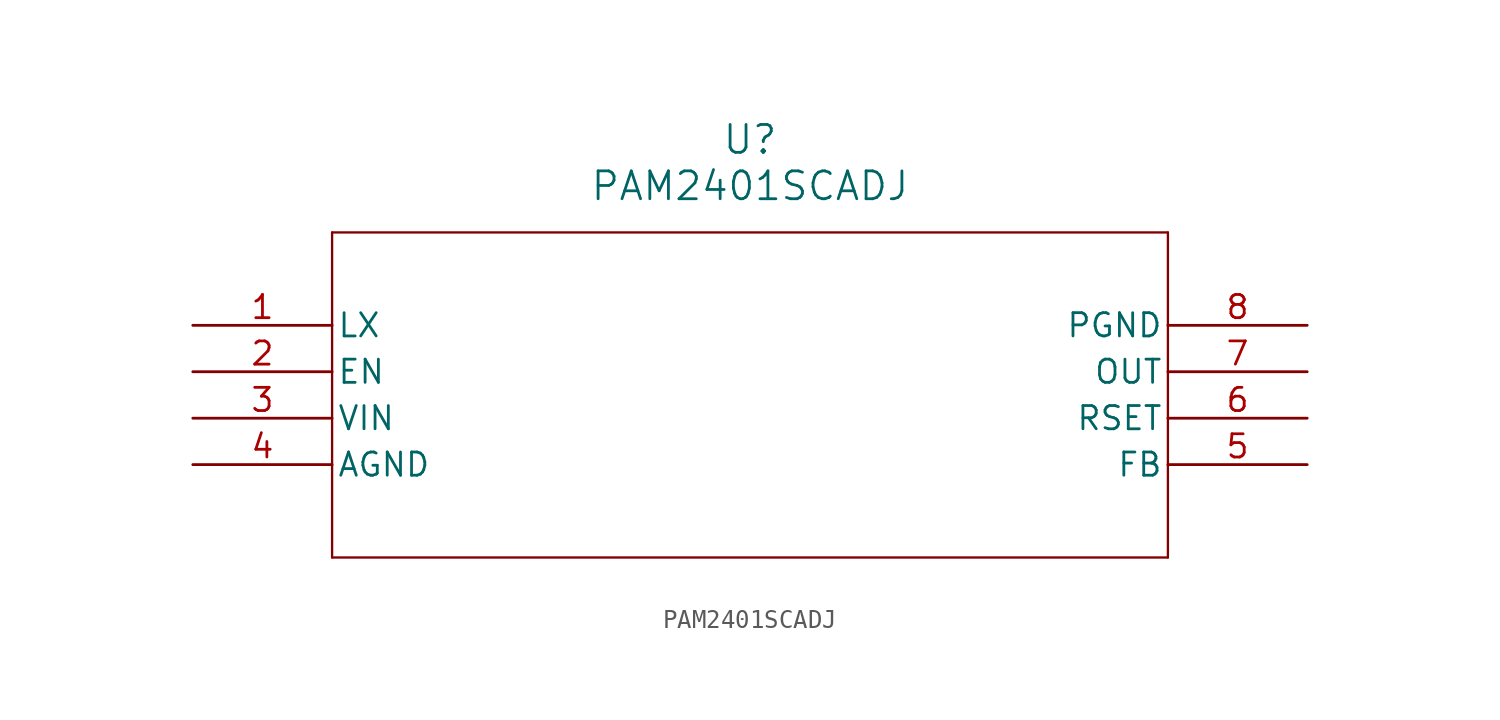
<source format=kicad_sym>
(kicad_symbol_lib
  (version 20211014)
  (generator kicad_symbol_editor)
  (symbol "PAM2401SCADJ"
    (pin_names
      (offset 0.254))
    (property "Reference" "U"
      (at 30.48 10.16 0)
      (effects (font (size 1.524 1.524))))
    (property "Value" "PAM2401SCADJ"
      (at 30.48 7.62 0)
      (effects (font (size 1.524 1.524))))
    (symbol "PAM2401SCADJ_0_1"
      (polyline (pts (xy 7.62 5.08) (xy 7.62 -12.7)) (stroke (width 0.127) (type default) (color 0 0 0 0)) (fill (type none)))
      (polyline (pts (xy 7.62 -12.7) (xy 53.34 -12.7)) (stroke (width 0.127) (type default) (color 0 0 0 0)) (fill (type none)))
      (polyline (pts (xy 53.34 -12.7) (xy 53.34 5.08)) (stroke (width 0.127) (type default) (color 0 0 0 0)) (fill (type none)))
      (polyline (pts (xy 53.34 5.08) (xy 7.62 5.08)) (stroke (width 0.127) (type default) (color 0 0 0 0)) (fill (type none)))
      (pin unspecified line (at 0 0 0) (length 7.62) (name "LX" (effects (font (size 1.27 1.27)))) (number "1" (effects (font (size 1.27 1.27)))))
      (pin unspecified line (at 0 -2.54 0) (length 7.62) (name "EN" (effects (font (size 1.27 1.27)))) (number "2" (effects (font (size 1.27 1.27)))))
      (pin input line (at 0 -5.08 0) (length 7.62) (name "VIN" (effects (font (size 1.27 1.27)))) (number "3" (effects (font (size 1.27 1.27)))))
      (pin power_in line (at 0 -7.62 0) (length 7.62) (name "AGND" (effects (font (size 1.27 1.27)))) (number "4" (effects (font (size 1.27 1.27)))))
      (pin unspecified line (at 60.96 -7.62 180) (length 7.62) (name "FB" (effects (font (size 1.27 1.27)))) (number "5" (effects (font (size 1.27 1.27)))))
      (pin unspecified line (at 60.96 -5.08 180) (length 7.62) (name "RSET" (effects (font (size 1.27 1.27)))) (number "6" (effects (font (size 1.27 1.27)))))
      (pin output line (at 60.96 -2.54 180) (length 7.62) (name "OUT" (effects (font (size 1.27 1.27)))) (number "7" (effects (font (size 1.27 1.27)))))
      (pin power_in line (at 60.96 0 180) (length 7.62) (name "PGND" (effects (font (size 1.27 1.27)))) (number "8" (effects (font (size 1.27 1.27))))))))
</source>
